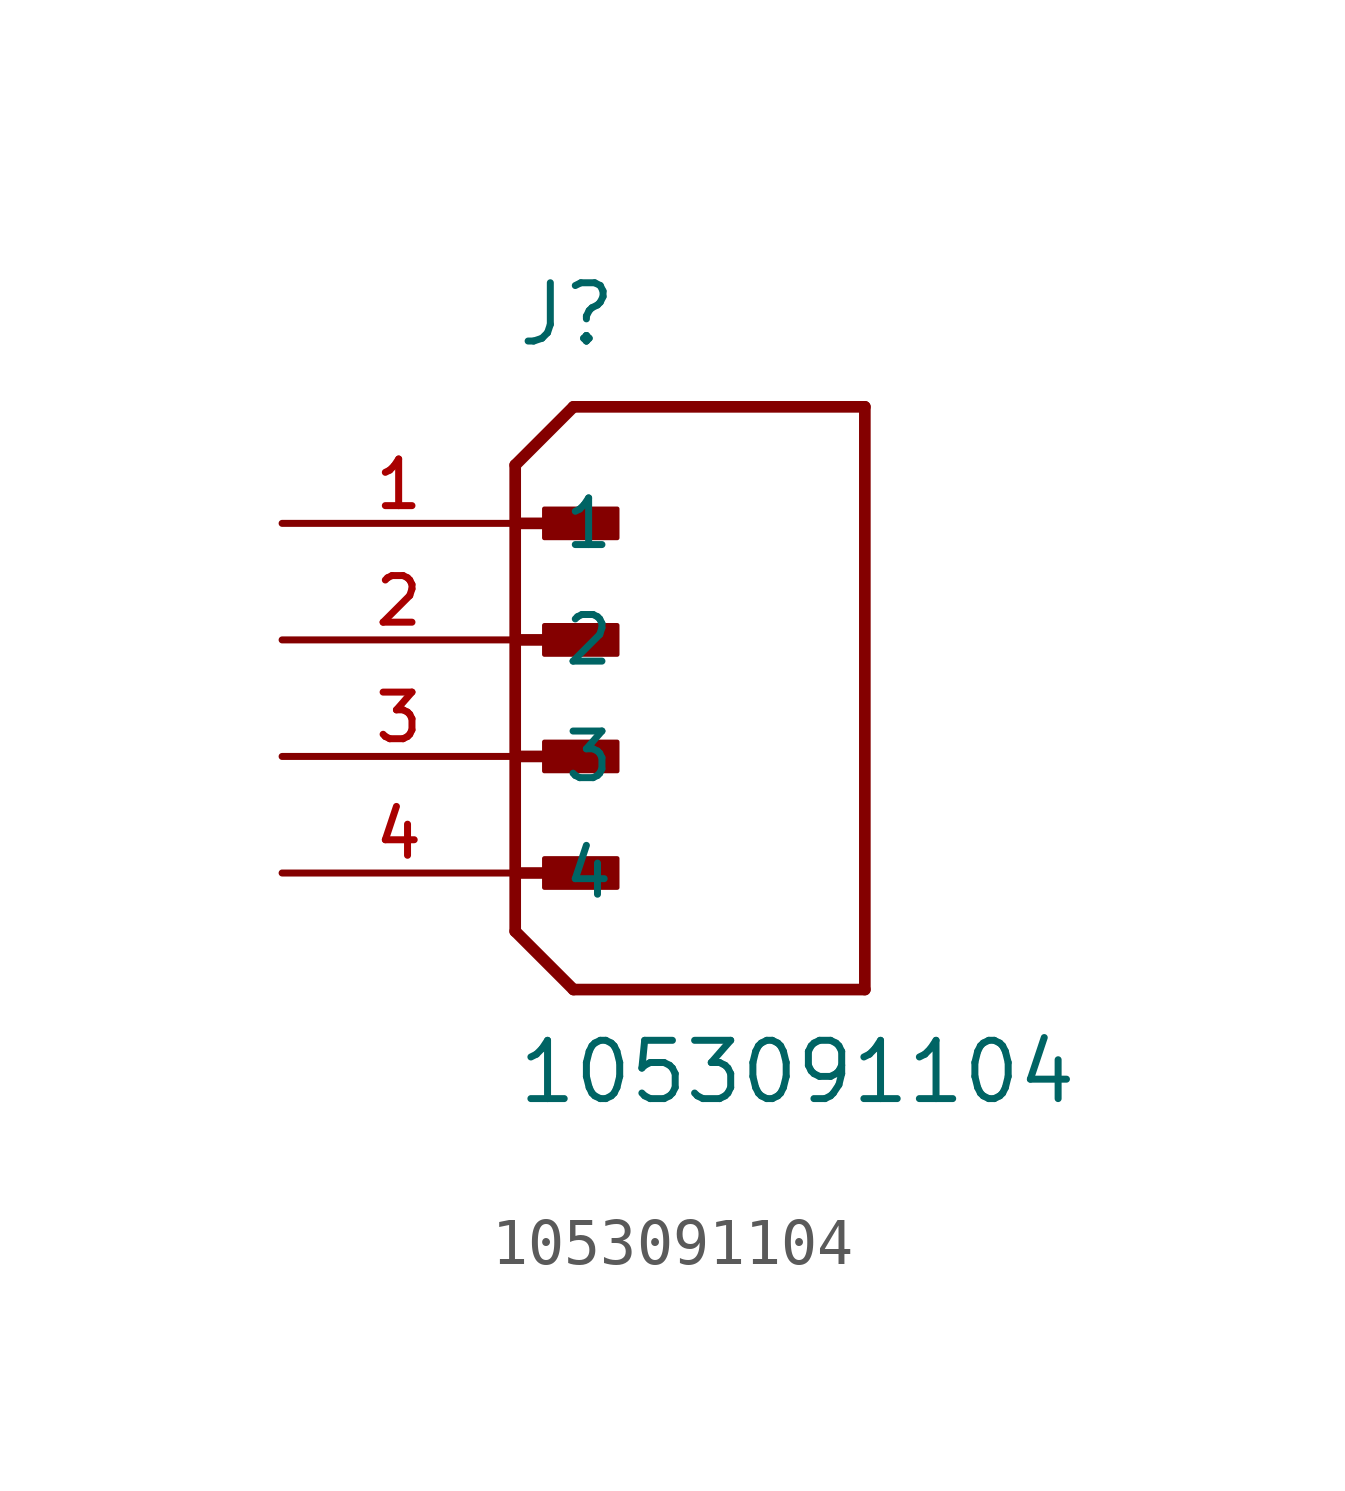
<source format=kicad_sym>
(kicad_symbol_lib
  (version 20211014)
  (generator kicad_symbol_editor)
  (symbol "1053091104"
    (pin_names
      (offset 1.016))
    (property "Reference" "J"
      (at 0.0 6.35 0)
      (effects (font (size 1.27 1.27)) (justify bottom left)))
    (property "Value" "1053091104"
      (at 0.0 -10.16 0)
      (effects (font (size 1.27 1.27)) (justify bottom left)))
    (symbol "1053091104_0_0"
      (polyline (pts (xy 0.0 3.81) (xy 1.27 5.08)) (stroke (width 0.254)))
      (polyline (pts (xy 0.0 3.81) (xy 0.0 2.54)) (stroke (width 0.254)))
      (polyline (pts (xy 0.0 2.54) (xy 0.0 -6.35)) (stroke (width 0.254)))
      (polyline (pts (xy 0.0 -6.35) (xy 1.27 -7.62)) (stroke (width 0.254)))
      (polyline (pts (xy 1.27 -7.62) (xy 7.62 -7.62)) (stroke (width 0.254)))
      (polyline (pts (xy 7.62 -7.62) (xy 7.62 5.08)) (stroke (width 0.254)))
      (polyline (pts (xy 7.62 5.08) (xy 1.27 5.08)) (stroke (width 0.254)))
      (polyline (pts (xy 0.0 2.54) (xy 1.905 2.54)) (stroke (width 0.254)))
      (rectangle (start 0.635 2.223) (end 2.223 2.857) (stroke (width 0.1)) (fill (type outline)))
      (polyline (pts (xy 0.0 0.0) (xy 1.905 0.0)) (stroke (width 0.254)))
      (rectangle (start 0.635 -0.318) (end 2.223 0.318) (stroke (width 0.1)) (fill (type outline)))
      (polyline (pts (xy 0.0 -2.54) (xy 1.905 -2.54)) (stroke (width 0.254)))
      (rectangle (start 0.635 -2.857) (end 2.223 -2.223) (stroke (width 0.1)) (fill (type outline)))
      (polyline (pts (xy 0.0 -5.08) (xy 1.905 -5.08)) (stroke (width 0.254)))
      (rectangle (start 0.635 -5.397) (end 2.223 -4.763) (stroke (width 0.1)) (fill (type outline)))
      (pin passive line (at -5.08 2.54 0) (length 5.08) (name "1" (effects (font (size 1.016 1.016)))) (number "1" (effects (font (size 1.016 1.016)))))
      (pin passive line (at -5.08 0.0 0) (length 5.08) (name "2" (effects (font (size 1.016 1.016)))) (number "2" (effects (font (size 1.016 1.016)))))
      (pin passive line (at -5.08 -2.54 0) (length 5.08) (name "3" (effects (font (size 1.016 1.016)))) (number "3" (effects (font (size 1.016 1.016)))))
      (pin passive line (at -5.08 -5.08 0) (length 5.08) (name "4" (effects (font (size 1.016 1.016)))) (number "4" (effects (font (size 1.016 1.016))))))))
</source>
